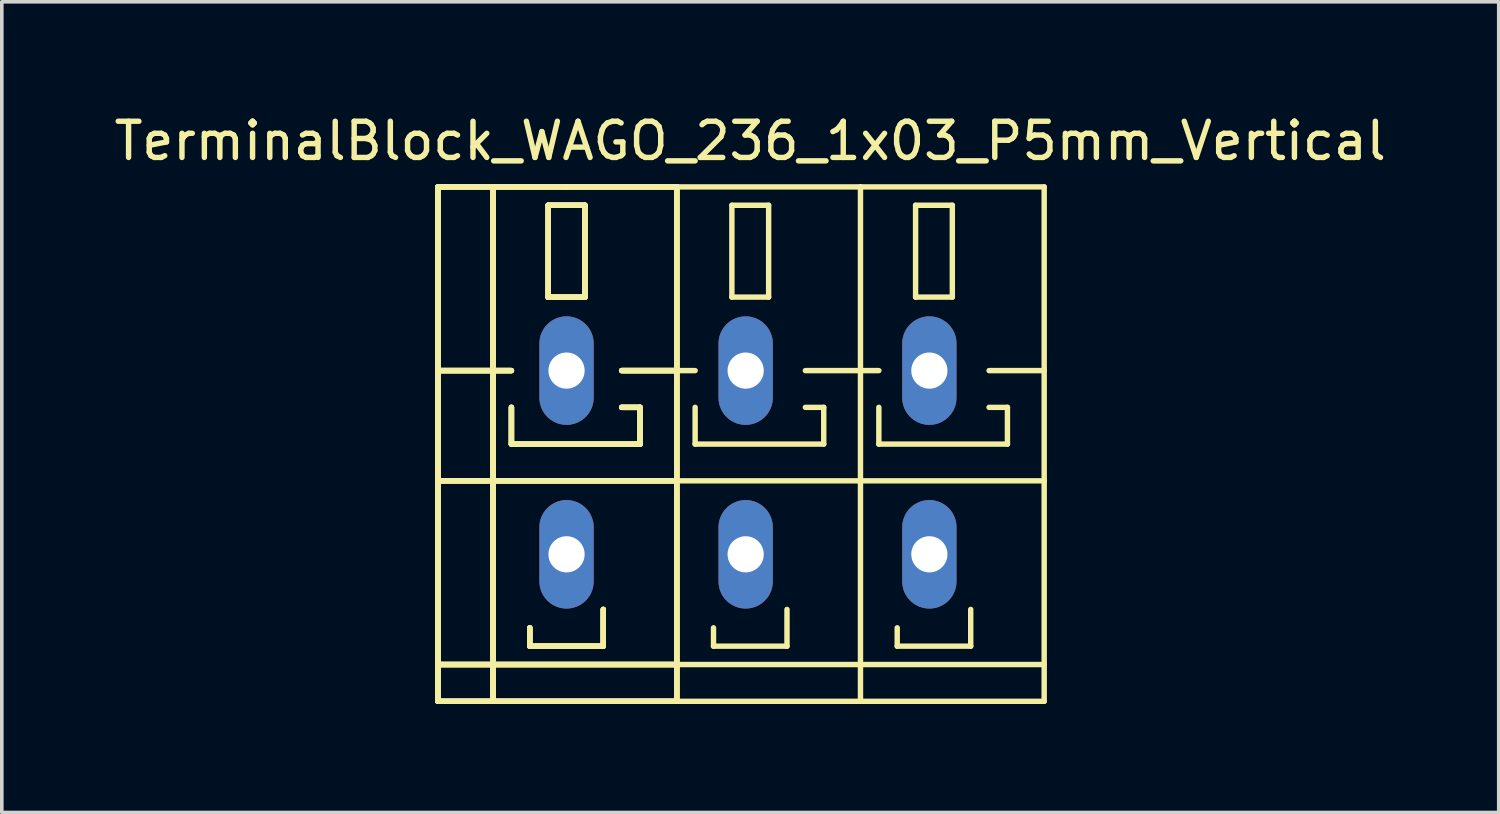
<source format=kicad_pcb>
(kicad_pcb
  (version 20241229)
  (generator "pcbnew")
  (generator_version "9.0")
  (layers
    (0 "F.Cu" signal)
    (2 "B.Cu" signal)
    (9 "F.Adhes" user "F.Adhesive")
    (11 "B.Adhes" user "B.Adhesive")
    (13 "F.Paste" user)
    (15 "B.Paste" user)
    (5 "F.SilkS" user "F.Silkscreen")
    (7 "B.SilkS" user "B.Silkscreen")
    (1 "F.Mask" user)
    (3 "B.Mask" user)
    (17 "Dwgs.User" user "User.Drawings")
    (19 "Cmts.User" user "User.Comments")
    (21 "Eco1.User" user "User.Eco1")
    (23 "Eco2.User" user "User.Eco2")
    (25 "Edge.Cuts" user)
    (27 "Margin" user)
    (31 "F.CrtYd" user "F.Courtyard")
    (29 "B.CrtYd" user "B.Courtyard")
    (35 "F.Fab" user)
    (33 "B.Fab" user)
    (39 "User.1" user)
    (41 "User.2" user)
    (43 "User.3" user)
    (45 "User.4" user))
  (footprint "TerminalBlock_WAGO_236_1x03_P5mm_Vertical"
    (layer "F.Cu")
    (at 17.696 9.738)
    (property "Reference" "TerminalBlock_WAGO_236_1x03_P5mm_Vertical" (at 0 -8.89 0) (layer "F.SilkS") (effects (font (size 1 1) (thickness 0.15))))
    (attr through_hole)
    (fp_line (start -8.636 -7.62) (end -7.112 -7.62) (stroke (width 0.15) (type solid)) (layer "F.SilkS"))
    (fp_line (start -8.636 -7.62) (end -7.112 -7.62) (stroke (width 0.15) (type solid)) (layer "F.SilkS"))
    (fp_line (start -8.636 -7.62) (end -7.112 -7.62) (stroke (width 0.15) (type solid)) (layer "F.SilkS"))
    (fp_line (start -8.636 -7.62) (end -7.112 -7.62) (stroke (width 0.15) (type solid)) (layer "F.SilkS"))
    (fp_line (start -8.636 -2.54) (end -6.604 -2.54) (stroke (width 0.15) (type solid)) (layer "F.SilkS"))
    (fp_line (start -8.636 -2.54) (end -6.604 -2.54) (stroke (width 0.15) (type solid)) (layer "F.SilkS"))
    (fp_line (start -8.636 -2.54) (end -6.604 -2.54) (stroke (width 0.15) (type solid)) (layer "F.SilkS"))
    (fp_line (start -8.636 -2.54) (end -6.604 -2.54) (stroke (width 0.15) (type solid)) (layer "F.SilkS"))
    (fp_line (start -8.636 0.508) (end -2.032 0.508) (stroke (width 0.15) (type solid)) (layer "F.SilkS"))
    (fp_line (start -8.636 0.508) (end -2.032 0.508) (stroke (width 0.15) (type solid)) (layer "F.SilkS"))
    (fp_line (start -8.636 0.508) (end -2.032 0.508) (stroke (width 0.15) (type solid)) (layer "F.SilkS"))
    (fp_line (start -8.636 0.508) (end -2.032 0.508) (stroke (width 0.15) (type solid)) (layer "F.SilkS"))
    (fp_line (start -8.636 5.588) (end -2.032 5.588) (stroke (width 0.15) (type solid)) (layer "F.SilkS"))
    (fp_line (start -8.636 5.588) (end -2.032 5.588) (stroke (width 0.15) (type solid)) (layer "F.SilkS"))
    (fp_line (start -8.636 5.588) (end -2.032 5.588) (stroke (width 0.15) (type solid)) (layer "F.SilkS"))
    (fp_line (start -8.636 5.588) (end -2.032 5.588) (stroke (width 0.15) (type solid)) (layer "F.SilkS"))
    (fp_line (start -8.636 6.604) (end -8.636 -7.62) (stroke (width 0.15) (type solid)) (layer "F.SilkS"))
    (fp_line (start -8.636 6.604) (end -8.636 -7.62) (stroke (width 0.15) (type solid)) (layer "F.SilkS"))
    (fp_line (start -8.636 6.604) (end -8.636 -7.62) (stroke (width 0.15) (type solid)) (layer "F.SilkS"))
    (fp_line (start -8.636 6.604) (end -8.636 -7.62) (stroke (width 0.15) (type solid)) (layer "F.SilkS"))
    (fp_line (start -7.112 -7.62) (end -5.08 -7.62) (stroke (width 0.15) (type solid)) (layer "F.SilkS"))
    (fp_line (start -7.112 -7.62) (end -5.08 -7.62) (stroke (width 0.15) (type solid)) (layer "F.SilkS"))
    (fp_line (start -7.112 -7.62) (end -5.08 -7.62) (stroke (width 0.15) (type solid)) (layer "F.SilkS"))
    (fp_line (start -7.112 -7.62) (end -5.08 -7.62) (stroke (width 0.15) (type solid)) (layer "F.SilkS"))
    (fp_line (start -7.112 6.604) (end -8.636 6.604) (stroke (width 0.15) (type solid)) (layer "F.SilkS"))
    (fp_line (start -7.112 6.604) (end -8.636 6.604) (stroke (width 0.15) (type solid)) (layer "F.SilkS"))
    (fp_line (start -7.112 6.604) (end -8.636 6.604) (stroke (width 0.15) (type solid)) (layer "F.SilkS"))
    (fp_line (start -7.112 6.604) (end -8.636 6.604) (stroke (width 0.15) (type solid)) (layer "F.SilkS"))
    (fp_line (start -7.112 6.604) (end -7.112 -7.62) (stroke (width 0.15) (type solid)) (layer "F.SilkS"))
    (fp_line (start -7.112 6.604) (end -7.112 -7.62) (stroke (width 0.15) (type solid)) (layer "F.SilkS"))
    (fp_line (start -7.112 6.604) (end -7.112 -7.62) (stroke (width 0.15) (type solid)) (layer "F.SilkS"))
    (fp_line (start -7.112 6.604) (end -7.112 -7.62) (stroke (width 0.15) (type solid)) (layer "F.SilkS"))
    (fp_line (start -6.604 -1.524) (end -6.604 -0.508) (stroke (width 0.15) (type solid)) (layer "F.SilkS"))
    (fp_line (start -6.604 -1.524) (end -6.604 -0.508) (stroke (width 0.15) (type solid)) (layer "F.SilkS"))
    (fp_line (start -6.604 -1.524) (end -6.604 -0.508) (stroke (width 0.15) (type solid)) (layer "F.SilkS"))
    (fp_line (start -6.604 -1.524) (end -6.604 -0.508) (stroke (width 0.15) (type solid)) (layer "F.SilkS"))
    (fp_line (start -6.604 -0.508) (end -3.048 -0.508) (stroke (width 0.15) (type solid)) (layer "F.SilkS"))
    (fp_line (start -6.604 -0.508) (end -3.048 -0.508) (stroke (width 0.15) (type solid)) (layer "F.SilkS"))
    (fp_line (start -6.604 -0.508) (end -3.048 -0.508) (stroke (width 0.15) (type solid)) (layer "F.SilkS"))
    (fp_line (start -6.604 -0.508) (end -3.048 -0.508) (stroke (width 0.15) (type solid)) (layer "F.SilkS"))
    (fp_line (start -6.096 4.572) (end -6.096 5.08) (stroke (width 0.15) (type solid)) (layer "F.SilkS"))
    (fp_line (start -6.096 4.572) (end -6.096 5.08) (stroke (width 0.15) (type solid)) (layer "F.SilkS"))
    (fp_line (start -6.096 4.572) (end -6.096 5.08) (stroke (width 0.15) (type solid)) (layer "F.SilkS"))
    (fp_line (start -6.096 4.572) (end -6.096 5.08) (stroke (width 0.15) (type solid)) (layer "F.SilkS"))
    (fp_line (start -6.096 5.08) (end -4.064 5.08) (stroke (width 0.15) (type solid)) (layer "F.SilkS"))
    (fp_line (start -6.096 5.08) (end -4.064 5.08) (stroke (width 0.15) (type solid)) (layer "F.SilkS"))
    (fp_line (start -6.096 5.08) (end -4.064 5.08) (stroke (width 0.15) (type solid)) (layer "F.SilkS"))
    (fp_line (start -6.096 5.08) (end -4.064 5.08) (stroke (width 0.15) (type solid)) (layer "F.SilkS"))
    (fp_line (start -5.588 -7.112) (end -4.572 -7.112) (stroke (width 0.15) (type solid)) (layer "F.SilkS"))
    (fp_line (start -5.588 -7.112) (end -4.572 -7.112) (stroke (width 0.15) (type solid)) (layer "F.SilkS"))
    (fp_line (start -5.588 -7.112) (end -4.572 -7.112) (stroke (width 0.15) (type solid)) (layer "F.SilkS"))
    (fp_line (start -5.588 -7.112) (end -4.572 -7.112) (stroke (width 0.15) (type solid)) (layer "F.SilkS"))
    (fp_line (start -5.588 -4.572) (end -5.588 -7.112) (stroke (width 0.15) (type solid)) (layer "F.SilkS"))
    (fp_line (start -5.588 -4.572) (end -5.588 -7.112) (stroke (width 0.15) (type solid)) (layer "F.SilkS"))
    (fp_line (start -5.588 -4.572) (end -5.588 -7.112) (stroke (width 0.15) (type solid)) (layer "F.SilkS"))
    (fp_line (start -5.588 -4.572) (end -5.588 -7.112) (stroke (width 0.15) (type solid)) (layer "F.SilkS"))
    (fp_line (start -5.08 -7.62) (end -2.032 -7.62) (stroke (width 0.15) (type solid)) (layer "F.SilkS"))
    (fp_line (start -5.08 -7.62) (end -2.032 -7.62) (stroke (width 0.15) (type solid)) (layer "F.SilkS"))
    (fp_line (start -5.08 -7.62) (end -2.032 -7.62) (stroke (width 0.15) (type solid)) (layer "F.SilkS"))
    (fp_line (start -5.08 -7.62) (end -2.032 -7.62) (stroke (width 0.15) (type solid)) (layer "F.SilkS"))
    (fp_line (start -4.572 -7.112) (end -4.572 -4.572) (stroke (width 0.15) (type solid)) (layer "F.SilkS"))
    (fp_line (start -4.572 -7.112) (end -4.572 -4.572) (stroke (width 0.15) (type solid)) (layer "F.SilkS"))
    (fp_line (start -4.572 -7.112) (end -4.572 -4.572) (stroke (width 0.15) (type solid)) (layer "F.SilkS"))
    (fp_line (start -4.572 -7.112) (end -4.572 -4.572) (stroke (width 0.15) (type solid)) (layer "F.SilkS"))
    (fp_line (start -4.572 -4.572) (end -5.588 -4.572) (stroke (width 0.15) (type solid)) (layer "F.SilkS"))
    (fp_line (start -4.572 -4.572) (end -5.588 -4.572) (stroke (width 0.15) (type solid)) (layer "F.SilkS"))
    (fp_line (start -4.572 -4.572) (end -5.588 -4.572) (stroke (width 0.15) (type solid)) (layer "F.SilkS"))
    (fp_line (start -4.572 -4.572) (end -5.588 -4.572) (stroke (width 0.15) (type solid)) (layer "F.SilkS"))
    (fp_line (start -4.064 5.08) (end -4.064 4.064) (stroke (width 0.15) (type solid)) (layer "F.SilkS"))
    (fp_line (start -4.064 5.08) (end -4.064 4.064) (stroke (width 0.15) (type solid)) (layer "F.SilkS"))
    (fp_line (start -4.064 5.08) (end -4.064 4.064) (stroke (width 0.15) (type solid)) (layer "F.SilkS"))
    (fp_line (start -4.064 5.08) (end -4.064 4.064) (stroke (width 0.15) (type solid)) (layer "F.SilkS"))
    (fp_line (start -3.556 -2.54) (end -2.032 -2.54) (stroke (width 0.15) (type solid)) (layer "F.SilkS"))
    (fp_line (start -3.556 -2.54) (end -2.032 -2.54) (stroke (width 0.15) (type solid)) (layer "F.SilkS"))
    (fp_line (start -3.556 -2.54) (end -2.032 -2.54) (stroke (width 0.15) (type solid)) (layer "F.SilkS"))
    (fp_line (start -3.556 -2.54) (end -2.032 -2.54) (stroke (width 0.15) (type solid)) (layer "F.SilkS"))
    (fp_line (start -3.048 -1.524) (end -3.556 -1.524) (stroke (width 0.15) (type solid)) (layer "F.SilkS"))
    (fp_line (start -3.048 -1.524) (end -3.556 -1.524) (stroke (width 0.15) (type solid)) (layer "F.SilkS"))
    (fp_line (start -3.048 -1.524) (end -3.556 -1.524) (stroke (width 0.15) (type solid)) (layer "F.SilkS"))
    (fp_line (start -3.048 -1.524) (end -3.556 -1.524) (stroke (width 0.15) (type solid)) (layer "F.SilkS"))
    (fp_line (start -3.048 -0.508) (end -3.048 -1.524) (stroke (width 0.15) (type solid)) (layer "F.SilkS"))
    (fp_line (start -3.048 -0.508) (end -3.048 -1.524) (stroke (width 0.15) (type solid)) (layer "F.SilkS"))
    (fp_line (start -3.048 -0.508) (end -3.048 -1.524) (stroke (width 0.15) (type solid)) (layer "F.SilkS"))
    (fp_line (start -3.048 -0.508) (end -3.048 -1.524) (stroke (width 0.15) (type solid)) (layer "F.SilkS"))
    (fp_line (start -2.032 -7.62) (end -2.032 6.604) (stroke (width 0.15) (type solid)) (layer "F.SilkS"))
    (fp_line (start -2.032 -7.62) (end -2.032 6.604) (stroke (width 0.15) (type solid)) (layer "F.SilkS"))
    (fp_line (start -2.032 -7.62) (end -2.032 6.604) (stroke (width 0.15) (type solid)) (layer "F.SilkS"))
    (fp_line (start -2.032 -7.62) (end -2.032 6.604) (stroke (width 0.15) (type solid)) (layer "F.SilkS"))
    (fp_line (start -2.032 -2.54) (end -1.524 -2.54) (stroke (width 0.15) (type solid)) (layer "F.SilkS"))
    (fp_line (start -2.032 0.508) (end 3.048 0.508) (stroke (width 0.15) (type solid)) (layer "F.SilkS"))
    (fp_line (start -2.032 5.588) (end 3.048 5.588) (stroke (width 0.15) (type solid)) (layer "F.SilkS"))
    (fp_line (start -2.032 6.604) (end -7.112 6.604) (stroke (width 0.15) (type solid)) (layer "F.SilkS"))
    (fp_line (start -2.032 6.604) (end -7.112 6.604) (stroke (width 0.15) (type solid)) (layer "F.SilkS"))
    (fp_line (start -2.032 6.604) (end -7.112 6.604) (stroke (width 0.15) (type solid)) (layer "F.SilkS"))
    (fp_line (start -2.032 6.604) (end -7.112 6.604) (stroke (width 0.15) (type solid)) (layer "F.SilkS"))
    (fp_line (start -2.032 6.604) (end 3.048 6.604) (stroke (width 0.15) (type solid)) (layer "F.SilkS"))
    (fp_line (start -1.524 -1.524) (end -1.524 -0.508) (stroke (width 0.15) (type solid)) (layer "F.SilkS"))
    (fp_line (start -1.524 -0.508) (end 2.032 -0.508) (stroke (width 0.15) (type solid)) (layer "F.SilkS"))
    (fp_line (start -1.016 4.572) (end -1.016 5.08) (stroke (width 0.15) (type solid)) (layer "F.SilkS"))
    (fp_line (start -1.016 5.08) (end 1.016 5.08) (stroke (width 0.15) (type solid)) (layer "F.SilkS"))
    (fp_line (start -0.508 -7.112) (end -0.508 -4.572) (stroke (width 0.15) (type solid)) (layer "F.SilkS"))
    (fp_line (start -0.508 -4.572) (end 0.508 -4.572) (stroke (width 0.15) (type solid)) (layer "F.SilkS"))
    (fp_line (start 0.508 -7.112) (end -0.508 -7.112) (stroke (width 0.15) (type solid)) (layer "F.SilkS"))
    (fp_line (start 0.508 -4.572) (end 0.508 -7.112) (stroke (width 0.15) (type solid)) (layer "F.SilkS"))
    (fp_line (start 1.016 5.08) (end 1.016 4.064) (stroke (width 0.15) (type solid)) (layer "F.SilkS"))
    (fp_line (start 1.524 -2.54) (end 3.048 -2.54) (stroke (width 0.15) (type solid)) (layer "F.SilkS"))
    (fp_line (start 2.032 -1.524) (end 1.524 -1.524) (stroke (width 0.15) (type solid)) (layer "F.SilkS"))
    (fp_line (start 2.032 -0.508) (end 2.032 -1.524) (stroke (width 0.15) (type solid)) (layer "F.SilkS"))
    (fp_line (start 3.048 -7.62) (end -2.032 -7.62) (stroke (width 0.15) (type solid)) (layer "F.SilkS"))
    (fp_line (start 3.048 -2.54) (end 3.556 -2.54) (stroke (width 0.15) (type solid)) (layer "F.SilkS"))
    (fp_line (start 3.048 0.508) (end 8.128 0.508) (stroke (width 0.15) (type solid)) (layer "F.SilkS"))
    (fp_line (start 3.048 5.588) (end 8.128 5.588) (stroke (width 0.15) (type solid)) (layer "F.SilkS"))
    (fp_line (start 3.048 6.604) (end 3.048 -7.62) (stroke (width 0.15) (type solid)) (layer "F.SilkS"))
    (fp_line (start 3.048 6.604) (end 8.128 6.604) (stroke (width 0.15) (type solid)) (layer "F.SilkS"))
    (fp_line (start 3.556 -1.524) (end 3.556 -0.508) (stroke (width 0.15) (type solid)) (layer "F.SilkS"))
    (fp_line (start 3.556 -0.508) (end 7.112 -0.508) (stroke (width 0.15) (type solid)) (layer "F.SilkS"))
    (fp_line (start 4.064 4.572) (end 4.064 5.08) (stroke (width 0.15) (type solid)) (layer "F.SilkS"))
    (fp_line (start 4.064 5.08) (end 6.096 5.08) (stroke (width 0.15) (type solid)) (layer "F.SilkS"))
    (fp_line (start 4.572 -7.112) (end 4.572 -4.572) (stroke (width 0.15) (type solid)) (layer "F.SilkS"))
    (fp_line (start 4.572 -4.572) (end 5.588 -4.572) (stroke (width 0.15) (type solid)) (layer "F.SilkS"))
    (fp_line (start 5.588 -7.112) (end 4.572 -7.112) (stroke (width 0.15) (type solid)) (layer "F.SilkS"))
    (fp_line (start 5.588 -4.572) (end 5.588 -7.112) (stroke (width 0.15) (type solid)) (layer "F.SilkS"))
    (fp_line (start 6.096 5.08) (end 6.096 4.064) (stroke (width 0.15) (type solid)) (layer "F.SilkS"))
    (fp_line (start 6.604 -2.54) (end 8.128 -2.54) (stroke (width 0.15) (type solid)) (layer "F.SilkS"))
    (fp_line (start 7.112 -1.524) (end 6.604 -1.524) (stroke (width 0.15) (type solid)) (layer "F.SilkS"))
    (fp_line (start 7.112 -0.508) (end 7.112 -1.524) (stroke (width 0.15) (type solid)) (layer "F.SilkS"))
    (fp_line (start 8.128 -7.62) (end 3.048 -7.62) (stroke (width 0.15) (type solid)) (layer "F.SilkS"))
    (fp_line (start 8.128 6.604) (end 8.128 -7.62) (stroke (width 0.15) (type solid)) (layer "F.SilkS"))
    (pad "1" thru_hole oval (at -5.08 -2.54 90) (size 3 1.501) (drill 1.001) (layers "*.Cu" "*.Mask"))
    (pad "1" thru_hole oval (at -5.08 2.54 90) (size 3 1.501) (drill 1.001) (layers "*.Cu" "*.Mask"))
    (pad "2" thru_hole oval (at -0.127 -2.54 90) (size 3 1.501) (drill 1.001) (layers "*.Cu" "*.Mask"))
    (pad "2" thru_hole oval (at -0.127 2.54 90) (size 3 1.501) (drill 1.001) (layers "*.Cu" "*.Mask"))
    (pad "3" thru_hole oval (at 4.953 -2.54 90) (size 3 1.501) (drill 1.001) (layers "*.Cu" "*.Mask"))
    (pad "3" thru_hole oval (at 4.953 2.54 90) (size 3 1.501) (drill 1.001) (layers "*.Cu" "*.Mask")))
  (gr_rect
    (start -3 -3)
    (end 38.393 19.417)
    (stroke (width 0.1) (type default))
    (fill no)
    (layer "Edge.Cuts")))
</source>
